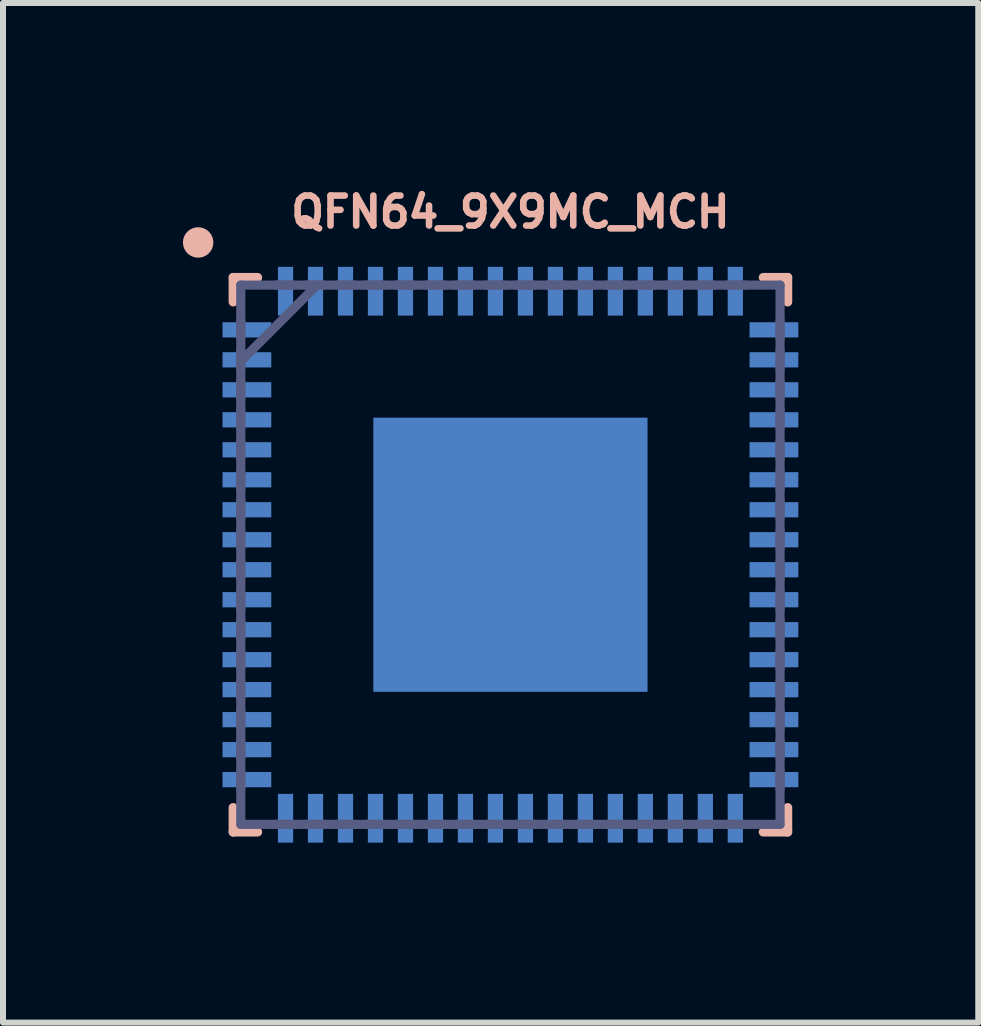
<source format=kicad_pcb>
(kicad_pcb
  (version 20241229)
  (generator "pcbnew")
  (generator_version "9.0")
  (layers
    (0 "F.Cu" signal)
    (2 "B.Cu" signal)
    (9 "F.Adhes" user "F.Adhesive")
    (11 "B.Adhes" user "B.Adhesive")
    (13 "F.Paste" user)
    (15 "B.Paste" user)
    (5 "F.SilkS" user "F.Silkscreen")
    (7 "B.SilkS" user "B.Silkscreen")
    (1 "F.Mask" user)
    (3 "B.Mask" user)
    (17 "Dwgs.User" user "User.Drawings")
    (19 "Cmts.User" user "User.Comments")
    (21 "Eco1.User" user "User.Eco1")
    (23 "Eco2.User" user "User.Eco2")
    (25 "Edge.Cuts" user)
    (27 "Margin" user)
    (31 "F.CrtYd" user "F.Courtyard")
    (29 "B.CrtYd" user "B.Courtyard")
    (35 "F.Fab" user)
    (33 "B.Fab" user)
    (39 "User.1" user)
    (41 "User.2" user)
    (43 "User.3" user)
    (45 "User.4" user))
  (footprint "QFN64_9X9MC_MCH"
    (layer "F.Cu")
    (at 5.461 6.2)
    (property "Reference" "QFN64_9X9MC_MCH" (at 0 -5.715 0) (layer "B.SilkS") (effects (font (size 0.5 0.5) (thickness 0.11))))
    (fp_line (start -4.623 -4.623) (end -4.623 -4.216) (stroke (width 0.152) (type solid)) (layer "B.SilkS"))
    (fp_line (start -4.623 4.216) (end -4.623 4.623) (stroke (width 0.152) (type solid)) (layer "B.SilkS"))
    (fp_line (start -4.623 4.623) (end -4.216 4.623) (stroke (width 0.152) (type solid)) (layer "B.SilkS"))
    (fp_line (start -4.216 -4.623) (end -4.623 -4.623) (stroke (width 0.152) (type solid)) (layer "B.SilkS"))
    (fp_line (start 4.216 4.623) (end 4.623 4.623) (stroke (width 0.152) (type solid)) (layer "B.SilkS"))
    (fp_line (start 4.623 -4.623) (end 4.216 -4.623) (stroke (width 0.152) (type solid)) (layer "B.SilkS"))
    (fp_line (start 4.623 -4.216) (end 4.623 -4.623) (stroke (width 0.152) (type solid)) (layer "B.SilkS"))
    (fp_line (start 4.623 4.623) (end 4.623 4.216) (stroke (width 0.152) (type solid)) (layer "B.SilkS"))
    (fp_circle (center -5.207 -5.207) (end -5.08 -5.207) (stroke (width 0.254) (type solid)) (fill no) (layer "B.SilkS"))
    (fp_poly (pts (xy -0.837 -0.837) (xy -2.161 -0.837) (xy -2.161 -2.161) (xy -0.837 -2.161)) (stroke (width 0) (type solid)) (fill yes) (layer "B.Paste"))
    (fp_poly (pts (xy -0.837 0.662) (xy -2.161 0.662) (xy -2.161 -0.662) (xy -0.837 -0.662)) (stroke (width 0) (type solid)) (fill yes) (layer "B.Paste"))
    (fp_poly (pts (xy -0.837 2.161) (xy -2.161 2.161) (xy -2.161 0.837) (xy -0.837 0.837)) (stroke (width 0) (type solid)) (fill yes) (layer "B.Paste"))
    (fp_poly (pts (xy 0.662 -0.837) (xy -0.662 -0.837) (xy -0.662 -2.161) (xy 0.662 -2.161)) (stroke (width 0) (type solid)) (fill yes) (layer "B.Paste"))
    (fp_poly (pts (xy 0.662 0.662) (xy -0.662 0.662) (xy -0.662 -0.662) (xy 0.662 -0.662)) (stroke (width 0) (type solid)) (fill yes) (layer "B.Paste"))
    (fp_poly (pts (xy 0.662 2.161) (xy -0.662 2.161) (xy -0.662 0.837) (xy 0.662 0.837)) (stroke (width 0) (type solid)) (fill yes) (layer "B.Paste"))
    (fp_poly (pts (xy 2.161 -0.837) (xy 0.837 -0.837) (xy 0.837 -2.161) (xy 2.161 -2.161)) (stroke (width 0) (type solid)) (fill yes) (layer "B.Paste"))
    (fp_poly (pts (xy 2.161 0.662) (xy 0.837 0.662) (xy 0.837 -0.662) (xy 2.161 -0.662)) (stroke (width 0) (type solid)) (fill yes) (layer "B.Paste"))
    (fp_poly (pts (xy 2.161 2.161) (xy 0.837 2.161) (xy 0.837 0.837) (xy 2.161 0.837)) (stroke (width 0) (type solid)) (fill yes) (layer "B.Paste"))
    (fp_line (start -4.496 -4.496) (end -4.496 4.496) (stroke (width 0.152) (type solid)) (layer "B.Fab"))
    (fp_line (start -4.496 -3.912) (end -4.496 -3.607) (stroke (width 0.152) (type solid)) (layer "B.Fab"))
    (fp_line (start -4.496 -3.404) (end -4.496 -3.099) (stroke (width 0.152) (type solid)) (layer "B.Fab"))
    (fp_line (start -4.496 -3.226) (end -3.226 -4.496) (stroke (width 0.152) (type solid)) (layer "B.Fab"))
    (fp_line (start -4.496 -2.896) (end -4.496 -2.591) (stroke (width 0.152) (type solid)) (layer "B.Fab"))
    (fp_line (start -4.496 -2.413) (end -4.496 -2.108) (stroke (width 0.152) (type solid)) (layer "B.Fab"))
    (fp_line (start -4.496 -1.905) (end -4.496 -1.6) (stroke (width 0.152) (type solid)) (layer "B.Fab"))
    (fp_line (start -4.496 -1.397) (end -4.496 -1.092) (stroke (width 0.152) (type solid)) (layer "B.Fab"))
    (fp_line (start -4.496 -0.914) (end -4.496 -0.61) (stroke (width 0.152) (type solid)) (layer "B.Fab"))
    (fp_line (start -4.496 -0.406) (end -4.496 -0.102) (stroke (width 0.152) (type solid)) (layer "B.Fab"))
    (fp_line (start -4.496 0.102) (end -4.496 0.406) (stroke (width 0.152) (type solid)) (layer "B.Fab"))
    (fp_line (start -4.496 0.61) (end -4.496 0.914) (stroke (width 0.152) (type solid)) (layer "B.Fab"))
    (fp_line (start -4.496 1.092) (end -4.496 1.397) (stroke (width 0.152) (type solid)) (layer "B.Fab"))
    (fp_line (start -4.496 1.6) (end -4.496 1.905) (stroke (width 0.152) (type solid)) (layer "B.Fab"))
    (fp_line (start -4.496 2.108) (end -4.496 2.413) (stroke (width 0.152) (type solid)) (layer "B.Fab"))
    (fp_line (start -4.496 2.591) (end -4.496 2.896) (stroke (width 0.152) (type solid)) (layer "B.Fab"))
    (fp_line (start -4.496 3.099) (end -4.496 3.404) (stroke (width 0.152) (type solid)) (layer "B.Fab"))
    (fp_line (start -4.496 3.607) (end -4.496 3.912) (stroke (width 0.152) (type solid)) (layer "B.Fab"))
    (fp_line (start -4.496 4.496) (end 4.496 4.496) (stroke (width 0.152) (type solid)) (layer "B.Fab"))
    (fp_line (start -3.912 4.496) (end -3.607 4.496) (stroke (width 0.152) (type solid)) (layer "B.Fab"))
    (fp_line (start -3.607 -4.496) (end -3.912 -4.496) (stroke (width 0.152) (type solid)) (layer "B.Fab"))
    (fp_line (start -3.404 4.496) (end -3.099 4.496) (stroke (width 0.152) (type solid)) (layer "B.Fab"))
    (fp_line (start -3.099 -4.496) (end -3.404 -4.496) (stroke (width 0.152) (type solid)) (layer "B.Fab"))
    (fp_line (start -2.896 4.496) (end -2.591 4.496) (stroke (width 0.152) (type solid)) (layer "B.Fab"))
    (fp_line (start -2.591 -4.496) (end -2.896 -4.496) (stroke (width 0.152) (type solid)) (layer "B.Fab"))
    (fp_line (start -2.413 4.496) (end -2.108 4.496) (stroke (width 0.152) (type solid)) (layer "B.Fab"))
    (fp_line (start -2.108 -4.496) (end -2.413 -4.496) (stroke (width 0.152) (type solid)) (layer "B.Fab"))
    (fp_line (start -1.905 4.496) (end -1.6 4.496) (stroke (width 0.152) (type solid)) (layer "B.Fab"))
    (fp_line (start -1.6 -4.496) (end -1.905 -4.496) (stroke (width 0.152) (type solid)) (layer "B.Fab"))
    (fp_line (start -1.397 4.496) (end -1.092 4.496) (stroke (width 0.152) (type solid)) (layer "B.Fab"))
    (fp_line (start -1.092 -4.496) (end -1.397 -4.496) (stroke (width 0.152) (type solid)) (layer "B.Fab"))
    (fp_line (start -0.914 4.496) (end -0.61 4.496) (stroke (width 0.152) (type solid)) (layer "B.Fab"))
    (fp_line (start -0.61 -4.496) (end -0.914 -4.496) (stroke (width 0.152) (type solid)) (layer "B.Fab"))
    (fp_line (start -0.406 4.496) (end -0.102 4.496) (stroke (width 0.152) (type solid)) (layer "B.Fab"))
    (fp_line (start -0.102 -4.496) (end -0.406 -4.496) (stroke (width 0.152) (type solid)) (layer "B.Fab"))
    (fp_line (start 0.102 4.496) (end 0.406 4.496) (stroke (width 0.152) (type solid)) (layer "B.Fab"))
    (fp_line (start 0.406 -4.496) (end 0.102 -4.496) (stroke (width 0.152) (type solid)) (layer "B.Fab"))
    (fp_line (start 0.61 4.496) (end 0.914 4.496) (stroke (width 0.152) (type solid)) (layer "B.Fab"))
    (fp_line (start 0.914 -4.496) (end 0.61 -4.496) (stroke (width 0.152) (type solid)) (layer "B.Fab"))
    (fp_line (start 1.092 4.496) (end 1.397 4.496) (stroke (width 0.152) (type solid)) (layer "B.Fab"))
    (fp_line (start 1.397 -4.496) (end 1.092 -4.496) (stroke (width 0.152) (type solid)) (layer "B.Fab"))
    (fp_line (start 1.6 4.496) (end 1.905 4.496) (stroke (width 0.152) (type solid)) (layer "B.Fab"))
    (fp_line (start 1.905 -4.496) (end 1.6 -4.496) (stroke (width 0.152) (type solid)) (layer "B.Fab"))
    (fp_line (start 2.108 4.496) (end 2.413 4.496) (stroke (width 0.152) (type solid)) (layer "B.Fab"))
    (fp_line (start 2.413 -4.496) (end 2.108 -4.496) (stroke (width 0.152) (type solid)) (layer "B.Fab"))
    (fp_line (start 2.591 4.496) (end 2.896 4.496) (stroke (width 0.152) (type solid)) (layer "B.Fab"))
    (fp_line (start 2.896 -4.496) (end 2.591 -4.496) (stroke (width 0.152) (type solid)) (layer "B.Fab"))
    (fp_line (start 3.099 4.496) (end 3.404 4.496) (stroke (width 0.152) (type solid)) (layer "B.Fab"))
    (fp_line (start 3.404 -4.496) (end 3.099 -4.496) (stroke (width 0.152) (type solid)) (layer "B.Fab"))
    (fp_line (start 3.607 4.496) (end 3.912 4.496) (stroke (width 0.152) (type solid)) (layer "B.Fab"))
    (fp_line (start 3.912 -4.496) (end 3.607 -4.496) (stroke (width 0.152) (type solid)) (layer "B.Fab"))
    (fp_line (start 4.496 -4.496) (end -4.496 -4.496) (stroke (width 0.152) (type solid)) (layer "B.Fab"))
    (fp_line (start 4.496 -3.607) (end 4.496 -3.912) (stroke (width 0.152) (type solid)) (layer "B.Fab"))
    (fp_line (start 4.496 -3.099) (end 4.496 -3.404) (stroke (width 0.152) (type solid)) (layer "B.Fab"))
    (fp_line (start 4.496 -2.591) (end 4.496 -2.896) (stroke (width 0.152) (type solid)) (layer "B.Fab"))
    (fp_line (start 4.496 -2.108) (end 4.496 -2.413) (stroke (width 0.152) (type solid)) (layer "B.Fab"))
    (fp_line (start 4.496 -1.6) (end 4.496 -1.905) (stroke (width 0.152) (type solid)) (layer "B.Fab"))
    (fp_line (start 4.496 -1.092) (end 4.496 -1.397) (stroke (width 0.152) (type solid)) (layer "B.Fab"))
    (fp_line (start 4.496 -0.61) (end 4.496 -0.914) (stroke (width 0.152) (type solid)) (layer "B.Fab"))
    (fp_line (start 4.496 -0.102) (end 4.496 -0.406) (stroke (width 0.152) (type solid)) (layer "B.Fab"))
    (fp_line (start 4.496 0.406) (end 4.496 0.102) (stroke (width 0.152) (type solid)) (layer "B.Fab"))
    (fp_line (start 4.496 0.914) (end 4.496 0.61) (stroke (width 0.152) (type solid)) (layer "B.Fab"))
    (fp_line (start 4.496 1.397) (end 4.496 1.092) (stroke (width 0.152) (type solid)) (layer "B.Fab"))
    (fp_line (start 4.496 1.905) (end 4.496 1.6) (stroke (width 0.152) (type solid)) (layer "B.Fab"))
    (fp_line (start 4.496 2.413) (end 4.496 2.108) (stroke (width 0.152) (type solid)) (layer "B.Fab"))
    (fp_line (start 4.496 2.896) (end 4.496 2.591) (stroke (width 0.152) (type solid)) (layer "B.Fab"))
    (fp_line (start 4.496 3.404) (end 4.496 3.099) (stroke (width 0.152) (type solid)) (layer "B.Fab"))
    (fp_line (start 4.496 3.912) (end 4.496 3.607) (stroke (width 0.152) (type solid)) (layer "B.Fab"))
    (fp_line (start 4.496 4.496) (end 4.496 -4.496) (stroke (width 0.152) (type solid)) (layer "B.Fab"))
    (pad "1" smd rect (at -4.394 -3.75 270) (size 0.254 0.813) (layers "B.Cu" "B.Mask" "B.Paste"))
    (pad "2" smd rect (at -4.394 -3.25 270) (size 0.254 0.813) (layers "B.Cu" "B.Mask" "B.Paste"))
    (pad "3" smd rect (at -4.394 -2.75 270) (size 0.254 0.813) (layers "B.Cu" "B.Mask" "B.Paste"))
    (pad "4" smd rect (at -4.394 -2.25 270) (size 0.254 0.813) (layers "B.Cu" "B.Mask" "B.Paste"))
    (pad "5" smd rect (at -4.394 -1.75 270) (size 0.254 0.813) (layers "B.Cu" "B.Mask" "B.Paste"))
    (pad "6" smd rect (at -4.394 -1.25 270) (size 0.254 0.813) (layers "B.Cu" "B.Mask" "B.Paste"))
    (pad "7" smd rect (at -4.394 -0.75 270) (size 0.254 0.813) (layers "B.Cu" "B.Mask" "B.Paste"))
    (pad "8" smd rect (at -4.394 -0.25 270) (size 0.254 0.813) (layers "B.Cu" "B.Mask" "B.Paste"))
    (pad "9" smd rect (at -4.394 0.25 270) (size 0.254 0.813) (layers "B.Cu" "B.Mask" "B.Paste"))
    (pad "10" smd rect (at -4.394 0.75 270) (size 0.254 0.813) (layers "B.Cu" "B.Mask" "B.Paste"))
    (pad "11" smd rect (at -4.394 1.25 270) (size 0.254 0.813) (layers "B.Cu" "B.Mask" "B.Paste"))
    (pad "12" smd rect (at -4.394 1.75 270) (size 0.254 0.813) (layers "B.Cu" "B.Mask" "B.Paste"))
    (pad "13" smd rect (at -4.394 2.25 270) (size 0.254 0.813) (layers "B.Cu" "B.Mask" "B.Paste"))
    (pad "14" smd rect (at -4.394 2.75 270) (size 0.254 0.813) (layers "B.Cu" "B.Mask" "B.Paste"))
    (pad "15" smd rect (at -4.394 3.25 270) (size 0.254 0.813) (layers "B.Cu" "B.Mask" "B.Paste"))
    (pad "16" smd rect (at -4.394 3.75 270) (size 0.254 0.813) (layers "B.Cu" "B.Mask" "B.Paste"))
    (pad "17" smd rect (at -3.75 4.394 180) (size 0.254 0.813) (layers "B.Cu" "B.Mask" "B.Paste"))
    (pad "18" smd rect (at -3.25 4.394 180) (size 0.254 0.813) (layers "B.Cu" "B.Mask" "B.Paste"))
    (pad "19" smd rect (at -2.75 4.394 180) (size 0.254 0.813) (layers "B.Cu" "B.Mask" "B.Paste"))
    (pad "20" smd rect (at -2.25 4.394 180) (size 0.254 0.813) (layers "B.Cu" "B.Mask" "B.Paste"))
    (pad "21" smd rect (at -1.75 4.394 180) (size 0.254 0.813) (layers "B.Cu" "B.Mask" "B.Paste"))
    (pad "22" smd rect (at -1.25 4.394 180) (size 0.254 0.813) (layers "B.Cu" "B.Mask" "B.Paste"))
    (pad "23" smd rect (at -0.75 4.394 180) (size 0.254 0.813) (layers "B.Cu" "B.Mask" "B.Paste"))
    (pad "24" smd rect (at -0.25 4.394 180) (size 0.254 0.813) (layers "B.Cu" "B.Mask" "B.Paste"))
    (pad "25" smd rect (at 0.25 4.394 180) (size 0.254 0.813) (layers "B.Cu" "B.Mask" "B.Paste"))
    (pad "26" smd rect (at 0.75 4.394 180) (size 0.254 0.813) (layers "B.Cu" "B.Mask" "B.Paste"))
    (pad "27" smd rect (at 1.25 4.394 180) (size 0.254 0.813) (layers "B.Cu" "B.Mask" "B.Paste"))
    (pad "28" smd rect (at 1.75 4.394 180) (size 0.254 0.813) (layers "B.Cu" "B.Mask" "B.Paste"))
    (pad "29" smd rect (at 2.25 4.394 180) (size 0.254 0.813) (layers "B.Cu" "B.Mask" "B.Paste"))
    (pad "30" smd rect (at 2.75 4.394 180) (size 0.254 0.813) (layers "B.Cu" "B.Mask" "B.Paste"))
    (pad "31" smd rect (at 3.25 4.394 180) (size 0.254 0.813) (layers "B.Cu" "B.Mask" "B.Paste"))
    (pad "32" smd rect (at 3.75 4.394 180) (size 0.254 0.813) (layers "B.Cu" "B.Mask" "B.Paste"))
    (pad "33" smd rect (at 4.394 3.75 270) (size 0.254 0.813) (layers "B.Cu" "B.Mask" "B.Paste"))
    (pad "34" smd rect (at 4.394 3.25 270) (size 0.254 0.813) (layers "B.Cu" "B.Mask" "B.Paste"))
    (pad "35" smd rect (at 4.394 2.75 270) (size 0.254 0.813) (layers "B.Cu" "B.Mask" "B.Paste"))
    (pad "36" smd rect (at 4.394 2.25 270) (size 0.254 0.813) (layers "B.Cu" "B.Mask" "B.Paste"))
    (pad "37" smd rect (at 4.394 1.75 270) (size 0.254 0.813) (layers "B.Cu" "B.Mask" "B.Paste"))
    (pad "38" smd rect (at 4.394 1.25 270) (size 0.254 0.813) (layers "B.Cu" "B.Mask" "B.Paste"))
    (pad "39" smd rect (at 4.394 0.75 270) (size 0.254 0.813) (layers "B.Cu" "B.Mask" "B.Paste"))
    (pad "40" smd rect (at 4.394 0.25 270) (size 0.254 0.813) (layers "B.Cu" "B.Mask" "B.Paste"))
    (pad "41" smd rect (at 4.394 -0.25 270) (size 0.254 0.813) (layers "B.Cu" "B.Mask" "B.Paste"))
    (pad "42" smd rect (at 4.394 -0.75 270) (size 0.254 0.813) (layers "B.Cu" "B.Mask" "B.Paste"))
    (pad "43" smd rect (at 4.394 -1.25 270) (size 0.254 0.813) (layers "B.Cu" "B.Mask" "B.Paste"))
    (pad "44" smd rect (at 4.394 -1.75 270) (size 0.254 0.813) (layers "B.Cu" "B.Mask" "B.Paste"))
    (pad "45" smd rect (at 4.394 -2.25 270) (size 0.254 0.813) (layers "B.Cu" "B.Mask" "B.Paste"))
    (pad "46" smd rect (at 4.394 -2.75 270) (size 0.254 0.813) (layers "B.Cu" "B.Mask" "B.Paste"))
    (pad "47" smd rect (at 4.394 -3.25 270) (size 0.254 0.813) (layers "B.Cu" "B.Mask" "B.Paste"))
    (pad "48" smd rect (at 4.394 -3.75 270) (size 0.254 0.813) (layers "B.Cu" "B.Mask" "B.Paste"))
    (pad "49" smd rect (at 3.75 -4.394 180) (size 0.254 0.813) (layers "B.Cu" "B.Mask" "B.Paste"))
    (pad "50" smd rect (at 3.25 -4.394 180) (size 0.254 0.813) (layers "B.Cu" "B.Mask" "B.Paste"))
    (pad "51" smd rect (at 2.75 -4.394 180) (size 0.254 0.813) (layers "B.Cu" "B.Mask" "B.Paste"))
    (pad "52" smd rect (at 2.25 -4.394 180) (size 0.254 0.813) (layers "B.Cu" "B.Mask" "B.Paste"))
    (pad "53" smd rect (at 1.75 -4.394 180) (size 0.254 0.813) (layers "B.Cu" "B.Mask" "B.Paste"))
    (pad "54" smd rect (at 1.25 -4.394 180) (size 0.254 0.813) (layers "B.Cu" "B.Mask" "B.Paste"))
    (pad "55" smd rect (at 0.75 -4.394 180) (size 0.254 0.813) (layers "B.Cu" "B.Mask" "B.Paste"))
    (pad "56" smd rect (at 0.25 -4.394 180) (size 0.254 0.813) (layers "B.Cu" "B.Mask" "B.Paste"))
    (pad "57" smd rect (at -0.25 -4.394 180) (size 0.254 0.813) (layers "B.Cu" "B.Mask" "B.Paste"))
    (pad "58" smd rect (at -0.75 -4.394 180) (size 0.254 0.813) (layers "B.Cu" "B.Mask" "B.Paste"))
    (pad "59" smd rect (at -1.25 -4.394 180) (size 0.254 0.813) (layers "B.Cu" "B.Mask" "B.Paste"))
    (pad "60" smd rect (at -1.75 -4.394 180) (size 0.254 0.813) (layers "B.Cu" "B.Mask" "B.Paste"))
    (pad "61" smd rect (at -2.25 -4.394 180) (size 0.254 0.813) (layers "B.Cu" "B.Mask" "B.Paste"))
    (pad "62" smd rect (at -2.75 -4.394 180) (size 0.254 0.813) (layers "B.Cu" "B.Mask" "B.Paste"))
    (pad "63" smd rect (at -3.25 -4.394 180) (size 0.254 0.813) (layers "B.Cu" "B.Mask" "B.Paste"))
    (pad "64" smd rect (at -3.75 -4.394 180) (size 0.254 0.813) (layers "B.Cu" "B.Mask" "B.Paste"))
    (pad "65" smd rect (at 0 0) (size 4.572 4.572) (layers "B.Cu" "B.Mask")))
  (gr_rect
    (start -3 -3)
    (end 13.262 14.001)
    (stroke (width 0.1) (type default))
    (fill no)
    (layer "Edge.Cuts")))
</source>
